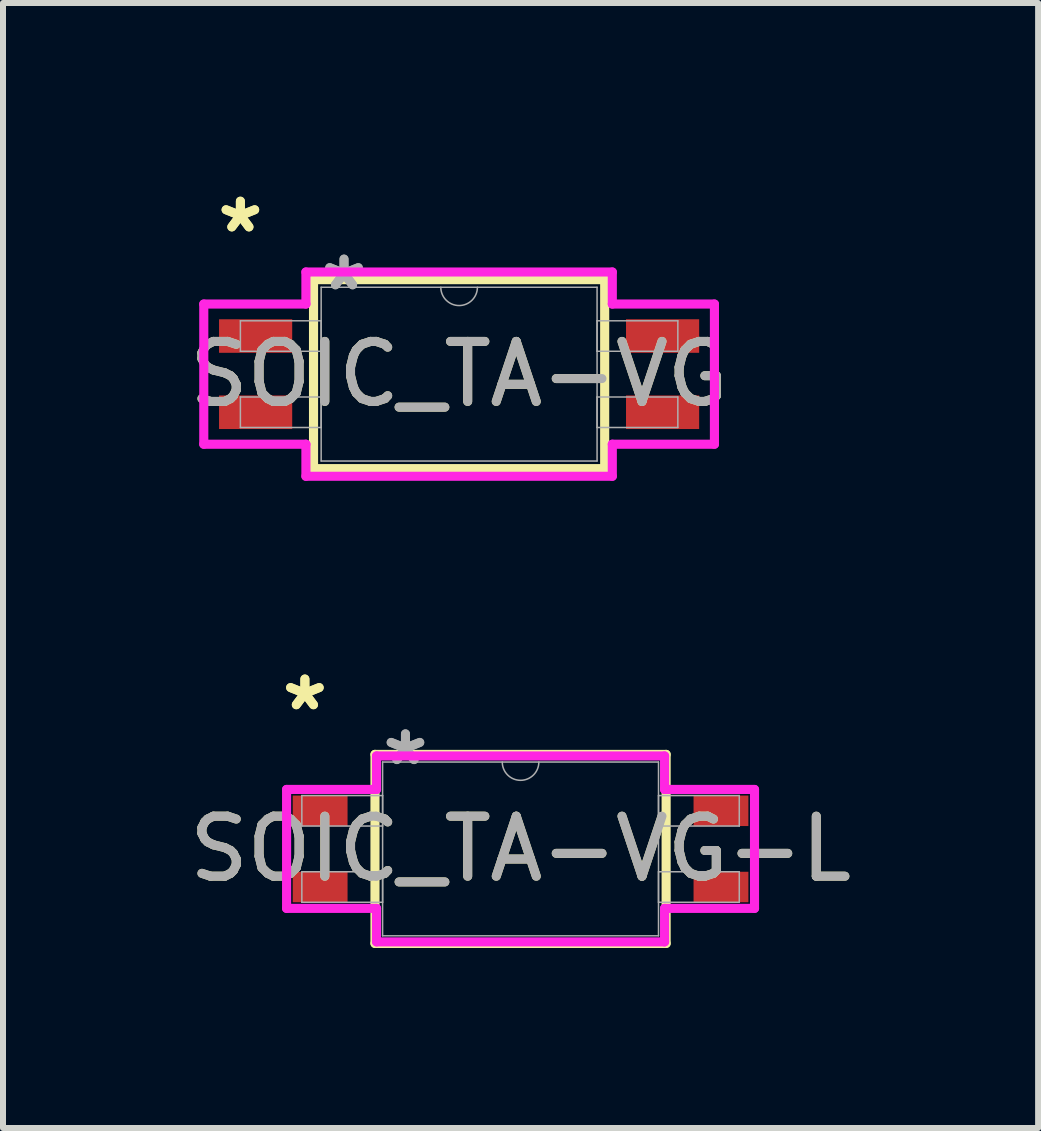
<source format=kicad_pcb>
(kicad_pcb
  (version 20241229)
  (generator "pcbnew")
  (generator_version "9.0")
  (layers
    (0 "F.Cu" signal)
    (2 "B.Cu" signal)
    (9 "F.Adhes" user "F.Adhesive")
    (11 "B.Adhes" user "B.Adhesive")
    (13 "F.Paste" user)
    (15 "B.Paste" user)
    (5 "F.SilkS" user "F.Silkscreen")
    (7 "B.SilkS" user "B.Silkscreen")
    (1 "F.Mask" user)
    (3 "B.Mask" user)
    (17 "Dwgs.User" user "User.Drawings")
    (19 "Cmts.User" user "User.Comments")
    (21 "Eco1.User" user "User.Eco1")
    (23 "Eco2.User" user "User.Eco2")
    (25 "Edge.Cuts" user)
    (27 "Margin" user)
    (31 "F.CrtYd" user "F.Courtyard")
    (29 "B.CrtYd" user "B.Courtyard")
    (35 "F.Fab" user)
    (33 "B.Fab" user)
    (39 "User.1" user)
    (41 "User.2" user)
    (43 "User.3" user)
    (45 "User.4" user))
  (footprint "SOIC_TA-VG-L"
    (layer "F.Cu")
    (at 5.625 11.097)
    (property "Reference" "SOIC_TA-VG-L" (at 0 0 0) (unlocked yes) (layer "F.SilkS") (effects (font (size 1 1) (thickness 0.15))))
    (attr smd)
    (fp_line (start -2.426 -1.575) (end -2.426 1.575) (stroke (width 0.152) (type solid)) (layer "F.SilkS"))
    (fp_line (start -2.426 1.575) (end 2.426 1.575) (stroke (width 0.152) (type solid)) (layer "F.SilkS"))
    (fp_line (start 2.426 -1.575) (end -2.426 -1.575) (stroke (width 0.152) (type solid)) (layer "F.SilkS"))
    (fp_line (start 2.426 1.575) (end 2.426 -1.575) (stroke (width 0.152) (type solid)) (layer "F.SilkS"))
    (fp_line (start -3.899 -0.991) (end -2.4 -0.991) (stroke (width 0.152) (type solid)) (layer "F.CrtYd"))
    (fp_line (start -3.899 0.991) (end -3.899 -0.991) (stroke (width 0.152) (type solid)) (layer "F.CrtYd"))
    (fp_line (start -3.899 0.991) (end -2.4 0.991) (stroke (width 0.152) (type solid)) (layer "F.CrtYd"))
    (fp_line (start -2.4 -1.549) (end 2.4 -1.549) (stroke (width 0.152) (type solid)) (layer "F.CrtYd"))
    (fp_line (start -2.4 -0.991) (end -2.4 -1.549) (stroke (width 0.152) (type solid)) (layer "F.CrtYd"))
    (fp_line (start -2.4 1.549) (end -2.4 0.991) (stroke (width 0.152) (type solid)) (layer "F.CrtYd"))
    (fp_line (start 2.4 -1.549) (end 2.4 -0.991) (stroke (width 0.152) (type solid)) (layer "F.CrtYd"))
    (fp_line (start 2.4 0.991) (end 2.4 1.549) (stroke (width 0.152) (type solid)) (layer "F.CrtYd"))
    (fp_line (start 2.4 1.549) (end -2.4 1.549) (stroke (width 0.152) (type solid)) (layer "F.CrtYd"))
    (fp_line (start 3.899 -0.991) (end 2.4 -0.991) (stroke (width 0.152) (type solid)) (layer "F.CrtYd"))
    (fp_line (start 3.899 -0.991) (end 3.899 0.991) (stroke (width 0.152) (type solid)) (layer "F.CrtYd"))
    (fp_line (start 3.899 0.991) (end 2.4 0.991) (stroke (width 0.152) (type solid)) (layer "F.CrtYd"))
    (fp_line (start -3.645 -0.889) (end -3.645 -0.381) (stroke (width 0.025) (type solid)) (layer "F.Fab"))
    (fp_line (start -3.645 -0.381) (end -2.299 -0.381) (stroke (width 0.025) (type solid)) (layer "F.Fab"))
    (fp_line (start -3.645 0.381) (end -3.645 0.889) (stroke (width 0.025) (type solid)) (layer "F.Fab"))
    (fp_line (start -3.645 0.889) (end -2.299 0.889) (stroke (width 0.025) (type solid)) (layer "F.Fab"))
    (fp_line (start -2.299 -1.448) (end -2.299 1.448) (stroke (width 0.025) (type solid)) (layer "F.Fab"))
    (fp_line (start -2.299 -0.889) (end -3.645 -0.889) (stroke (width 0.025) (type solid)) (layer "F.Fab"))
    (fp_line (start -2.299 -0.381) (end -2.299 -0.889) (stroke (width 0.025) (type solid)) (layer "F.Fab"))
    (fp_line (start -2.299 0.381) (end -3.645 0.381) (stroke (width 0.025) (type solid)) (layer "F.Fab"))
    (fp_line (start -2.299 0.889) (end -2.299 0.381) (stroke (width 0.025) (type solid)) (layer "F.Fab"))
    (fp_line (start -2.299 1.448) (end 2.299 1.448) (stroke (width 0.025) (type solid)) (layer "F.Fab"))
    (fp_line (start 2.299 -1.448) (end -2.299 -1.448) (stroke (width 0.025) (type solid)) (layer "F.Fab"))
    (fp_line (start 2.299 -0.889) (end 2.299 -0.381) (stroke (width 0.025) (type solid)) (layer "F.Fab"))
    (fp_line (start 2.299 -0.381) (end 3.645 -0.381) (stroke (width 0.025) (type solid)) (layer "F.Fab"))
    (fp_line (start 2.299 0.381) (end 2.299 0.889) (stroke (width 0.025) (type solid)) (layer "F.Fab"))
    (fp_line (start 2.299 0.889) (end 3.645 0.889) (stroke (width 0.025) (type solid)) (layer "F.Fab"))
    (fp_line (start 2.299 1.448) (end 2.299 -1.448) (stroke (width 0.025) (type solid)) (layer "F.Fab"))
    (fp_line (start 3.645 -0.889) (end 2.299 -0.889) (stroke (width 0.025) (type solid)) (layer "F.Fab"))
    (fp_line (start 3.645 -0.381) (end 3.645 -0.889) (stroke (width 0.025) (type solid)) (layer "F.Fab"))
    (fp_line (start 3.645 0.381) (end 2.299 0.381) (stroke (width 0.025) (type solid)) (layer "F.Fab"))
    (fp_line (start 3.645 0.889) (end 3.645 0.381) (stroke (width 0.025) (type solid)) (layer "F.Fab"))
    (fp_arc (start 0.3048 -1.4478) (mid 0 -1.143) (end -0.3048 -1.4478) (stroke (width 0.0254) (type solid)) (layer "F.Fab"))
    (fp_text user "*" (at -3.594 -2.286 0) (unlocked yes) (layer "F.SilkS") (effects (font (size 1 1) (thickness 0.15))))
    (fp_text user "*" (at -3.594 -2.286 0) (layer "F.SilkS") (effects (font (size 1 1) (thickness 0.15))))
    (fp_text user "${REFERENCE}" (at 0 0 0) (unlocked yes) (layer "F.Fab") (effects (font (size 1 1) (thickness 0.15))))
    (fp_text user "*" (at -1.918 -1.372 0) (layer "F.Fab") (effects (font (size 1 1) (thickness 0.15))))
    (fp_text user "*" (at -1.918 -1.372 0) (unlocked yes) (layer "F.Fab") (effects (font (size 1 1) (thickness 0.15))))
    (pad "1" smd rect (at -3.34 -0.635) (size 0.914 0.508) (layers "F.Cu" "F.Mask" "F.Paste"))
    (pad "2" smd rect (at -3.34 0.635) (size 0.914 0.508) (layers "F.Cu" "F.Mask" "F.Paste"))
    (pad "3" smd rect (at 3.34 0.635) (size 0.914 0.508) (layers "F.Cu" "F.Mask" "F.Paste"))
    (pad "4" smd rect (at 3.34 -0.635) (size 0.914 0.508) (layers "F.Cu" "F.Mask" "F.Paste")))
  (footprint "SOIC_TA-VG"
    (layer "F.Cu")
    (at 4.601 3.185)
    (property "Reference" "SOIC_TA-VG" (at 0 0 0) (unlocked yes) (layer "F.SilkS") (effects (font (size 1 1) (thickness 0.15))))
    (attr smd)
    (fp_line (start -2.426 -1.575) (end -2.426 1.575) (stroke (width 0.152) (type solid)) (layer "F.SilkS"))
    (fp_line (start -2.426 1.575) (end 2.426 1.575) (stroke (width 0.152) (type solid)) (layer "F.SilkS"))
    (fp_line (start 2.426 -1.575) (end -2.426 -1.575) (stroke (width 0.152) (type solid)) (layer "F.SilkS"))
    (fp_line (start 2.426 1.575) (end 2.426 -1.575) (stroke (width 0.152) (type solid)) (layer "F.SilkS"))
    (fp_line (start -4.255 -1.168) (end -2.553 -1.168) (stroke (width 0.152) (type solid)) (layer "F.CrtYd"))
    (fp_line (start -4.255 1.168) (end -4.255 -1.168) (stroke (width 0.152) (type solid)) (layer "F.CrtYd"))
    (fp_line (start -4.255 1.168) (end -2.553 1.168) (stroke (width 0.152) (type solid)) (layer "F.CrtYd"))
    (fp_line (start -2.553 -1.702) (end 2.553 -1.702) (stroke (width 0.152) (type solid)) (layer "F.CrtYd"))
    (fp_line (start -2.553 -1.168) (end -2.553 -1.702) (stroke (width 0.152) (type solid)) (layer "F.CrtYd"))
    (fp_line (start -2.553 1.702) (end -2.553 1.168) (stroke (width 0.152) (type solid)) (layer "F.CrtYd"))
    (fp_line (start 2.553 -1.702) (end 2.553 -1.168) (stroke (width 0.152) (type solid)) (layer "F.CrtYd"))
    (fp_line (start 2.553 1.168) (end 2.553 1.702) (stroke (width 0.152) (type solid)) (layer "F.CrtYd"))
    (fp_line (start 2.553 1.702) (end -2.553 1.702) (stroke (width 0.152) (type solid)) (layer "F.CrtYd"))
    (fp_line (start 4.255 -1.168) (end 2.553 -1.168) (stroke (width 0.152) (type solid)) (layer "F.CrtYd"))
    (fp_line (start 4.255 -1.168) (end 4.255 1.168) (stroke (width 0.152) (type solid)) (layer "F.CrtYd"))
    (fp_line (start 4.255 1.168) (end 2.553 1.168) (stroke (width 0.152) (type solid)) (layer "F.CrtYd"))
    (fp_line (start -3.645 -0.889) (end -3.645 -0.381) (stroke (width 0.025) (type solid)) (layer "F.Fab"))
    (fp_line (start -3.645 -0.381) (end -2.299 -0.381) (stroke (width 0.025) (type solid)) (layer "F.Fab"))
    (fp_line (start -3.645 0.381) (end -3.645 0.889) (stroke (width 0.025) (type solid)) (layer "F.Fab"))
    (fp_line (start -3.645 0.889) (end -2.299 0.889) (stroke (width 0.025) (type solid)) (layer "F.Fab"))
    (fp_line (start -2.299 -1.448) (end -2.299 1.448) (stroke (width 0.025) (type solid)) (layer "F.Fab"))
    (fp_line (start -2.299 -0.889) (end -3.645 -0.889) (stroke (width 0.025) (type solid)) (layer "F.Fab"))
    (fp_line (start -2.299 -0.381) (end -2.299 -0.889) (stroke (width 0.025) (type solid)) (layer "F.Fab"))
    (fp_line (start -2.299 0.381) (end -3.645 0.381) (stroke (width 0.025) (type solid)) (layer "F.Fab"))
    (fp_line (start -2.299 0.889) (end -2.299 0.381) (stroke (width 0.025) (type solid)) (layer "F.Fab"))
    (fp_line (start -2.299 1.448) (end 2.299 1.448) (stroke (width 0.025) (type solid)) (layer "F.Fab"))
    (fp_line (start 2.299 -1.448) (end -2.299 -1.448) (stroke (width 0.025) (type solid)) (layer "F.Fab"))
    (fp_line (start 2.299 -0.889) (end 2.299 -0.381) (stroke (width 0.025) (type solid)) (layer "F.Fab"))
    (fp_line (start 2.299 -0.381) (end 3.645 -0.381) (stroke (width 0.025) (type solid)) (layer "F.Fab"))
    (fp_line (start 2.299 0.381) (end 2.299 0.889) (stroke (width 0.025) (type solid)) (layer "F.Fab"))
    (fp_line (start 2.299 0.889) (end 3.645 0.889) (stroke (width 0.025) (type solid)) (layer "F.Fab"))
    (fp_line (start 2.299 1.448) (end 2.299 -1.448) (stroke (width 0.025) (type solid)) (layer "F.Fab"))
    (fp_line (start 3.645 -0.889) (end 2.299 -0.889) (stroke (width 0.025) (type solid)) (layer "F.Fab"))
    (fp_line (start 3.645 -0.381) (end 3.645 -0.889) (stroke (width 0.025) (type solid)) (layer "F.Fab"))
    (fp_line (start 3.645 0.381) (end 2.299 0.381) (stroke (width 0.025) (type solid)) (layer "F.Fab"))
    (fp_line (start 3.645 0.889) (end 3.645 0.381) (stroke (width 0.025) (type solid)) (layer "F.Fab"))
    (fp_arc (start 0.3048 -1.4478) (mid 0 -1.143) (end -0.3048 -1.4478) (stroke (width 0.0254) (type solid)) (layer "F.Fab"))
    (fp_text user "*" (at -3.645 -2.337 0) (layer "F.SilkS") (effects (font (size 1 1) (thickness 0.15))))
    (fp_text user "*" (at -3.645 -2.337 0) (unlocked yes) (layer "F.SilkS") (effects (font (size 1 1) (thickness 0.15))))
    (fp_text user "*" (at -1.918 -1.372 0) (unlocked yes) (layer "F.Fab") (effects (font (size 1 1) (thickness 0.15))))
    (fp_text user "*" (at -1.918 -1.372 0) (layer "F.Fab") (effects (font (size 1 1) (thickness 0.15))))
    (fp_text user "${REFERENCE}" (at 0 0 0) (unlocked yes) (layer "F.Fab") (effects (font (size 1 1) (thickness 0.15))))
    (pad "1" smd rect (at -3.391 -0.635) (size 1.219 0.559) (layers "F.Cu" "F.Mask" "F.Paste"))
    (pad "2" smd rect (at -3.391 0.635) (size 1.219 0.559) (layers "F.Cu" "F.Mask" "F.Paste"))
    (pad "3" smd rect (at 3.391 0.635) (size 1.219 0.559) (layers "F.Cu" "F.Mask" "F.Paste"))
    (pad "4" smd rect (at 3.391 -0.635) (size 1.219 0.559) (layers "F.Cu" "F.Mask" "F.Paste")))
  (gr_rect
    (start -3 -3)
    (end 14.25 15.748)
    (stroke (width 0.1) (type default))
    (fill no)
    (layer "Edge.Cuts")))
</source>
